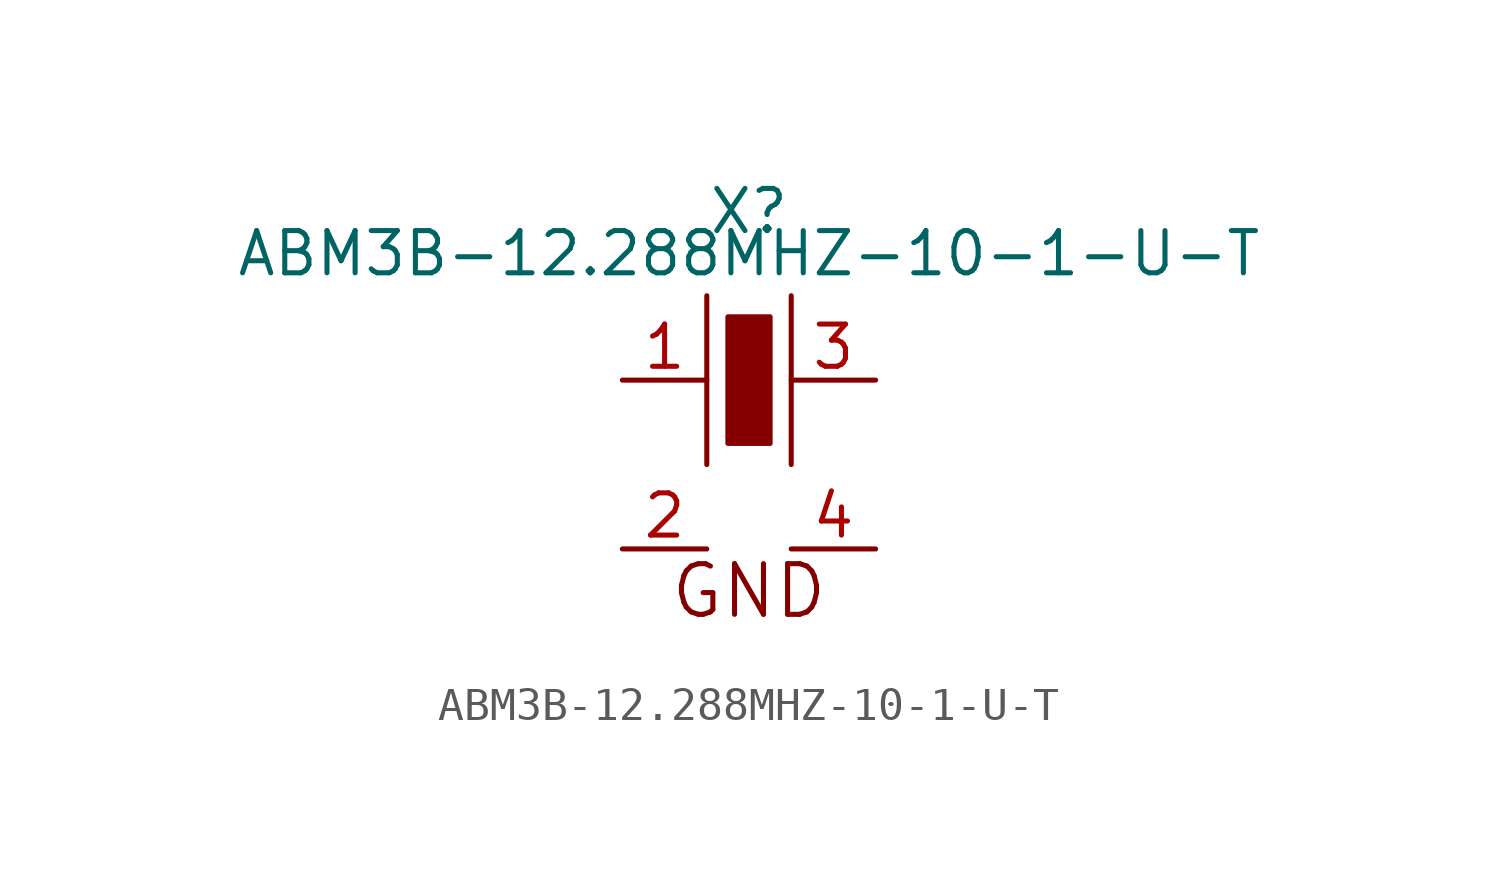
<source format=kicad_sym>
(kicad_symbol_lib
  (version 20220914)
  (generator kicad_symbol_editor)
  (symbol "ABM3B-12.288MHZ-10-1-U-T"
    (pin_names
      (offset 1.016) hide)
    (property "Reference" "X"
      (at 1.27 10.16 0)
      (effects (font (size 1.27 1.27))))
    (property "Value" "ABM3B-12.288MHZ-10-1-U-T"
      (at 1.27 8.89 0)
      (effects (font (size 1.27 1.27))))
    (symbol "ABM3B-12.288MHZ-10-1-U-T_0_0"
      (polyline (pts (xy 0 7.62) (xy 0 2.54)) (stroke (width 0) (type solid)) (fill (type none)))
      (polyline (pts (xy 2.54 7.62) (xy 2.54 2.54)) (stroke (width 0) (type solid)) (fill (type none)))
      (rectangle (start 0.635 6.985) (end 1.905 3.175) (stroke (width 0) (type solid)) (fill (type outline)))
      (text "GND" (at 1.27 -1.27 0) (effects (font (size 1.524 1.524)))))
    (symbol "ABM3B-12.288MHZ-10-1-U-T_1_1"
      (pin passive line (at -2.54 5.08 0) (length 2.54) (name "1" (effects (font (size 1.27 1.27)))) (number "1" (effects (font (size 1.27 1.27)))))
      (pin power_in line (at -2.54 0 0) (length 2.54) (name "GND" (effects (font (size 1.27 1.27)))) (number "2" (effects (font (size 1.27 1.27)))))
      (pin passive line (at 5.08 5.08 180) (length 2.54) (name "3" (effects (font (size 1.27 1.27)))) (number "3" (effects (font (size 1.27 1.27)))))
      (pin power_in line (at 5.08 0 180) (length 2.54) (name "GND" (effects (font (size 1.27 1.27)))) (number "4" (effects (font (size 1.27 1.27))))))))
</source>
